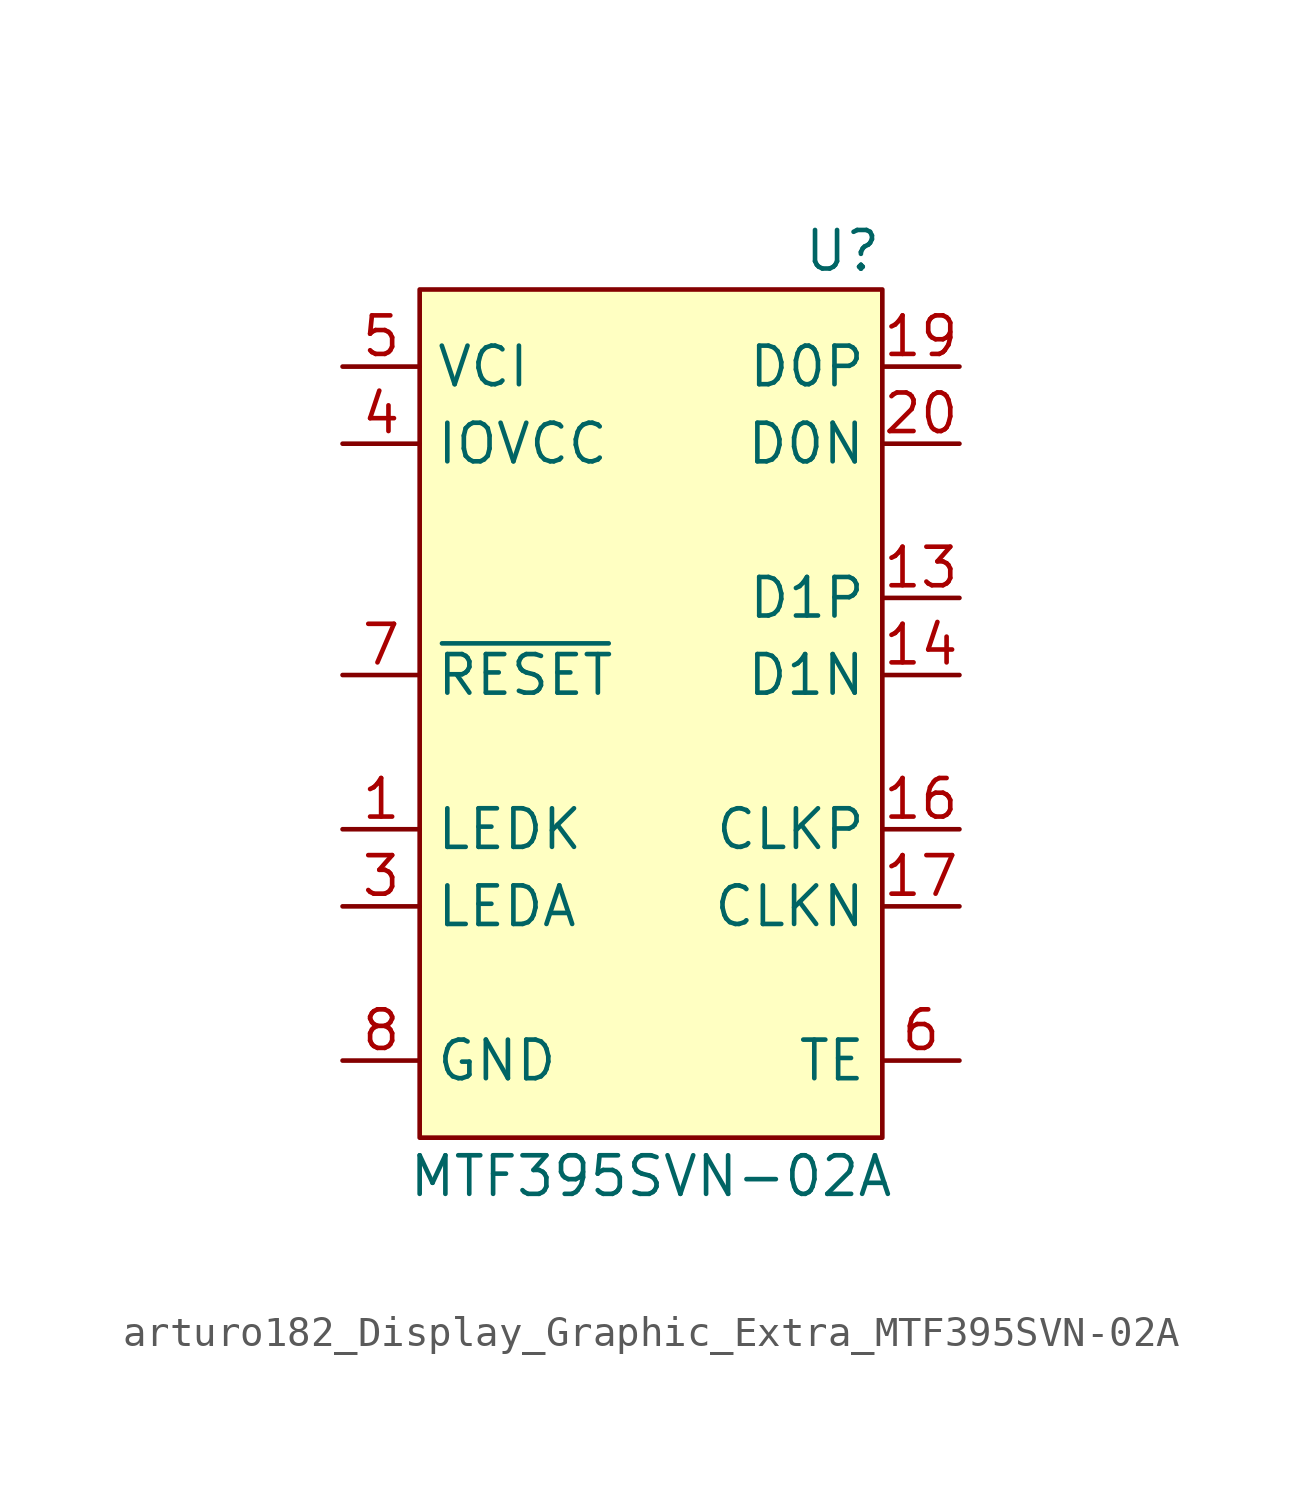
<source format=kicad_sym>
(kicad_symbol_lib
  (version 20220914)
  (generator kicad_symbol_editor)
  (symbol "arturo182_Display_Graphic_Extra_MTF395SVN-02A"
    (property "Reference" "U"
      (at 7.62 16.51 0)
      (effects (font (size 1.27 1.27)) (justify right)))
    (property "Value" "MTF395SVN-02A"
      (at 0 -13.97 0)
      (effects (font (size 1.27 1.27))))
    (symbol "arturo182_Display_Graphic_Extra_MTF395SVN-02A_0_1"
      (rectangle (start -7.62 15.24) (end 7.62 -12.7) (stroke (width 0) (type default)) (fill (type background))))
    (symbol "arturo182_Display_Graphic_Extra_MTF395SVN-02A_1_1"
      (pin input line (at -10.16 -2.54 0) (length 2.54) (name "LEDK" (effects (font (size 1.27 1.27)))) (number "1" (effects (font (size 1.27 1.27)))))
      (pin passive line (at -10.16 -10.16 0) (length 2.54) hide (name "GND" (effects (font (size 1.27 1.27)))) (number "12" (effects (font (size 1.27 1.27)))))
      (pin bidirectional line (at 10.16 5.08 180) (length 2.54) (name "D1P" (effects (font (size 1.27 1.27)))) (number "13" (effects (font (size 1.27 1.27)))))
      (pin bidirectional line (at 10.16 2.54 180) (length 2.54) (name "D1N" (effects (font (size 1.27 1.27)))) (number "14" (effects (font (size 1.27 1.27)))))
      (pin passive line (at -10.16 -10.16 0) (length 2.54) hide (name "GND" (effects (font (size 1.27 1.27)))) (number "15" (effects (font (size 1.27 1.27)))))
      (pin bidirectional line (at 10.16 -2.54 180) (length 2.54) (name "CLKP" (effects (font (size 1.27 1.27)))) (number "16" (effects (font (size 1.27 1.27)))))
      (pin bidirectional line (at 10.16 -5.08 180) (length 2.54) (name "CLKN" (effects (font (size 1.27 1.27)))) (number "17" (effects (font (size 1.27 1.27)))))
      (pin passive line (at -10.16 -10.16 0) (length 2.54) hide (name "GND" (effects (font (size 1.27 1.27)))) (number "18" (effects (font (size 1.27 1.27)))))
      (pin bidirectional line (at 10.16 12.7 180) (length 2.54) (name "D0P" (effects (font (size 1.27 1.27)))) (number "19" (effects (font (size 1.27 1.27)))))
      (pin passive line (at -10.16 -2.54 0) (length 2.54) hide (name "LEDK" (effects (font (size 1.27 1.27)))) (number "2" (effects (font (size 1.27 1.27)))))
      (pin bidirectional line (at 10.16 10.16 180) (length 2.54) (name "D0N" (effects (font (size 1.27 1.27)))) (number "20" (effects (font (size 1.27 1.27)))))
      (pin passive line (at -10.16 -10.16 0) (length 2.54) hide (name "GND" (effects (font (size 1.27 1.27)))) (number "21" (effects (font (size 1.27 1.27)))))
      (pin passive line (at -10.16 -10.16 0) (length 2.54) hide (name "GND" (effects (font (size 1.27 1.27)))) (number "24" (effects (font (size 1.27 1.27)))))
      (pin input line (at -10.16 -5.08 0) (length 2.54) (name "LEDA" (effects (font (size 1.27 1.27)))) (number "3" (effects (font (size 1.27 1.27)))))
      (pin passive line (at -10.16 -10.16 0) (length 2.54) hide (name "GND" (effects (font (size 1.27 1.27)))) (number "30" (effects (font (size 1.27 1.27)))))
      (pin power_in line (at -10.16 10.16 0) (length 2.54) (name "IOVCC" (effects (font (size 1.27 1.27)))) (number "4" (effects (font (size 1.27 1.27)))))
      (pin power_in line (at -10.16 12.7 0) (length 2.54) (name "VCI" (effects (font (size 1.27 1.27)))) (number "5" (effects (font (size 1.27 1.27)))))
      (pin output line (at 10.16 -10.16 180) (length 2.54) (name "TE" (effects (font (size 1.27 1.27)))) (number "6" (effects (font (size 1.27 1.27)))))
      (pin input line (at -10.16 2.54 0) (length 2.54) (name "~{RESET}" (effects (font (size 1.27 1.27)))) (number "7" (effects (font (size 1.27 1.27)))))
      (pin power_in line (at -10.16 -10.16 0) (length 2.54) (name "GND" (effects (font (size 1.27 1.27)))) (number "8" (effects (font (size 1.27 1.27)))))
      (pin passive line (at -10.16 -10.16 0) (length 2.54) hide (name "GND" (effects (font (size 1.27 1.27)))) (number "9" (effects (font (size 1.27 1.27))))))))
</source>
